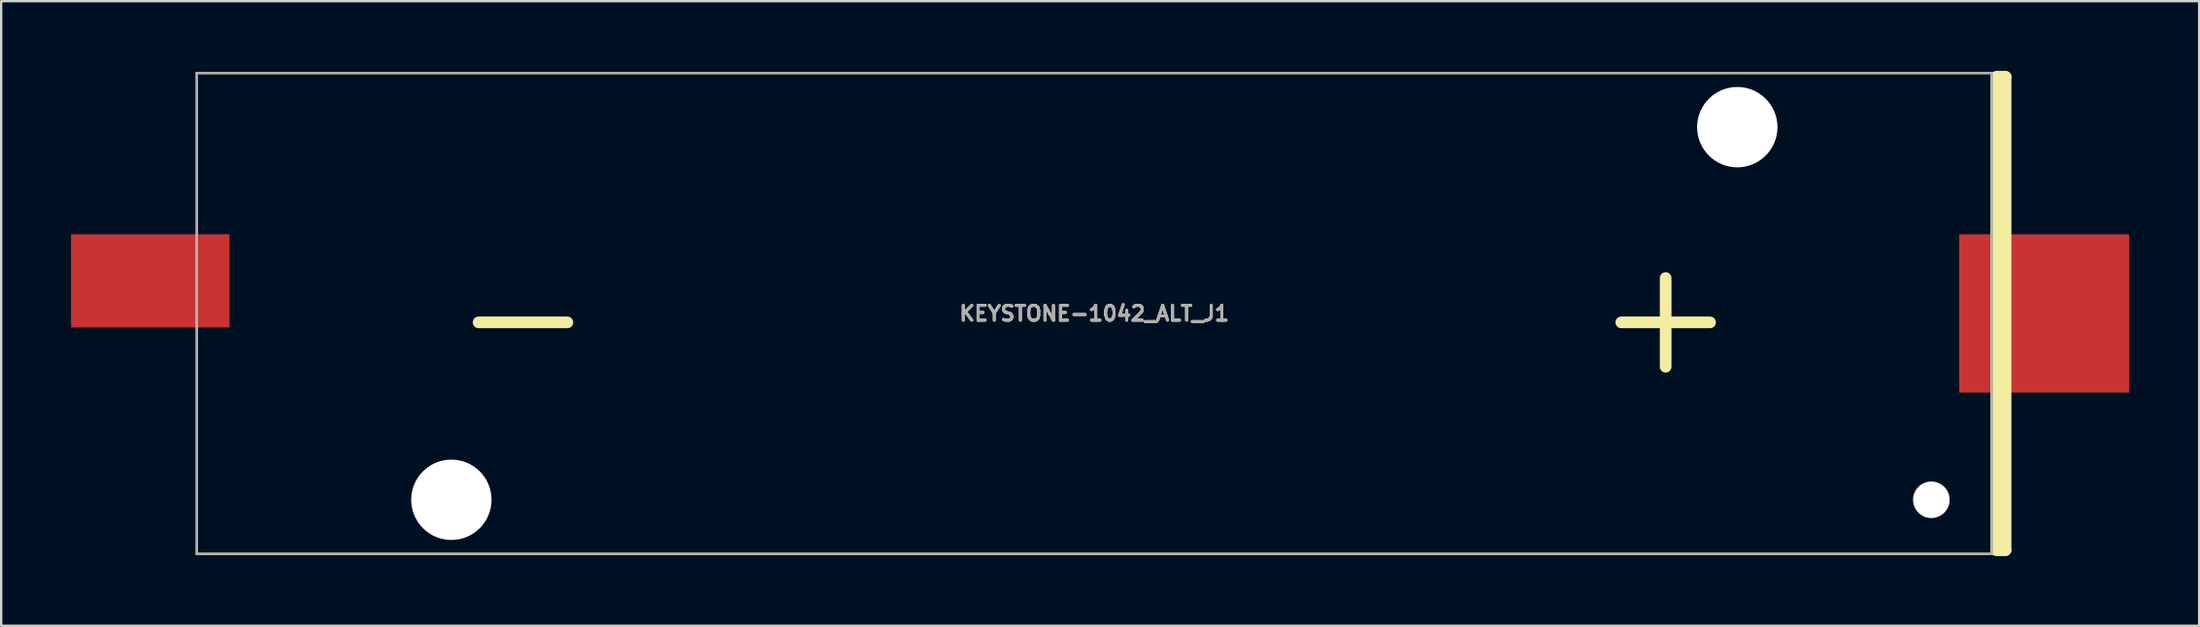
<source format=kicad_pcb>
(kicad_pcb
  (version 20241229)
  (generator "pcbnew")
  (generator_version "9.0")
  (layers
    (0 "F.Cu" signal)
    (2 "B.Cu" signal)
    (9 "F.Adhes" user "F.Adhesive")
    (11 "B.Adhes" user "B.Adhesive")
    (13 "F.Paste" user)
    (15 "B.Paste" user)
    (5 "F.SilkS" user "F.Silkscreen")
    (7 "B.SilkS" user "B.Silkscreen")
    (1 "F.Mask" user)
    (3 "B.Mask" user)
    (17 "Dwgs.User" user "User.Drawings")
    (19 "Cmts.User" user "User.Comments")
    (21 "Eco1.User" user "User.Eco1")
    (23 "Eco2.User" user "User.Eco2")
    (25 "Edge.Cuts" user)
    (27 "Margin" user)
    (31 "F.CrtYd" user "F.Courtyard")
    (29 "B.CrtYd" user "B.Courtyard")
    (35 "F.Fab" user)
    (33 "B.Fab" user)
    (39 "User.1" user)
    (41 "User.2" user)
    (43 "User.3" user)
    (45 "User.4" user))
  (footprint "KEYSTONE-1042_ALT_J1"
    (layer "F.Cu")
    (at 43.925 10.41)
    (property "Reference" "KEYSTONE-1042_ALT_J1" (at 0 0 180) (layer "F.SilkS") (effects (font (size 0.635 0.635) (thickness 0.127))))
    (attr through_hole)
    (fp_line (start -38.525 -10.325) (end 39.116 -10.325) (stroke (width 0.1) (type solid)) (layer "F.SilkS"))
    (fp_line (start -38.525 10.325) (end -38.525 -10.325) (stroke (width 0.1) (type solid)) (layer "F.SilkS"))
    (fp_line (start 38.525 -10.325) (end 38.525 10.325) (stroke (width 0.1) (type solid)) (layer "F.SilkS"))
    (fp_line (start 38.735 -10.16) (end 38.735 10.16) (stroke (width 0.5) (type solid)) (layer "F.SilkS"))
    (fp_line (start 38.735 -10.16) (end 39.116 -10.16) (stroke (width 0.5) (type solid)) (layer "F.SilkS"))
    (fp_line (start 38.735 10.16) (end 39.116 10.16) (stroke (width 0.5) (type solid)) (layer "F.SilkS"))
    (fp_line (start 38.735 10.325) (end -38.525 10.325) (stroke (width 0.1) (type solid)) (layer "F.SilkS"))
    (fp_line (start 38.862 -10.16) (end 38.862 10.16) (stroke (width 0.5) (type solid)) (layer "F.SilkS"))
    (fp_line (start 38.989 -10.16) (end 38.989 10.16) (stroke (width 0.5) (type solid)) (layer "F.SilkS"))
    (fp_line (start 39.116 -10.16) (end 39.116 10.16) (stroke (width 0.5) (type solid)) (layer "F.SilkS"))
    (fp_line (start -38.525 -10.325) (end 38.525 -10.325) (stroke (width 0.1) (type solid)) (layer "F.Fab"))
    (fp_line (start -38.525 10.325) (end -38.525 -10.325) (stroke (width 0.1) (type solid)) (layer "F.Fab"))
    (fp_line (start 38.525 -10.325) (end 38.525 10.325) (stroke (width 0.1) (type solid)) (layer "F.Fab"))
    (fp_line (start 38.525 10.325) (end -38.525 10.325) (stroke (width 0.1) (type solid)) (layer "F.Fab"))
    (fp_text user "-" (at -24.525 0 180) (layer "F.SilkS") (effects (font (size 5 5) (thickness 0.5))))
    (fp_text user "+" (at 24.525 0 180) (layer "F.SilkS") (effects (font (size 5 5) (thickness 0.5))))
    (fp_text user "${REFERENCE}" (at 0 0 180) (layer "F.Fab") (effects (font (size 0.635 0.635) (thickness 0.127))))
    (pad "" np_thru_hole circle (at -27.6 8) (size 3.45 3.45) (drill 3.45) (layers "*.Cu" "*.Mask"))
    (pad "" np_thru_hole circle (at 27.6 -8) (size 3.45 3.45) (drill 3.45) (layers "*.Cu" "*.Mask"))
    (pad "" np_thru_hole circle (at 35.93 8) (size 1.57 1.57) (drill 1.57) (layers "*.Cu" "*.Mask"))
    (pad "1" smd rect (at -40.525 -1.4) (size 6.8 4) (layers "F.Cu" "F.Mask" "F.Paste"))
    (pad "2" smd rect (at 40.775 0) (size 7.3 6.8) (layers "F.Cu" "F.Mask" "F.Paste")))
  (gr_rect
    (start -3 -3)
    (end 91.35 23.82)
    (stroke (width 0.1) (type default))
    (fill no)
    (layer "Edge.Cuts")))
</source>
